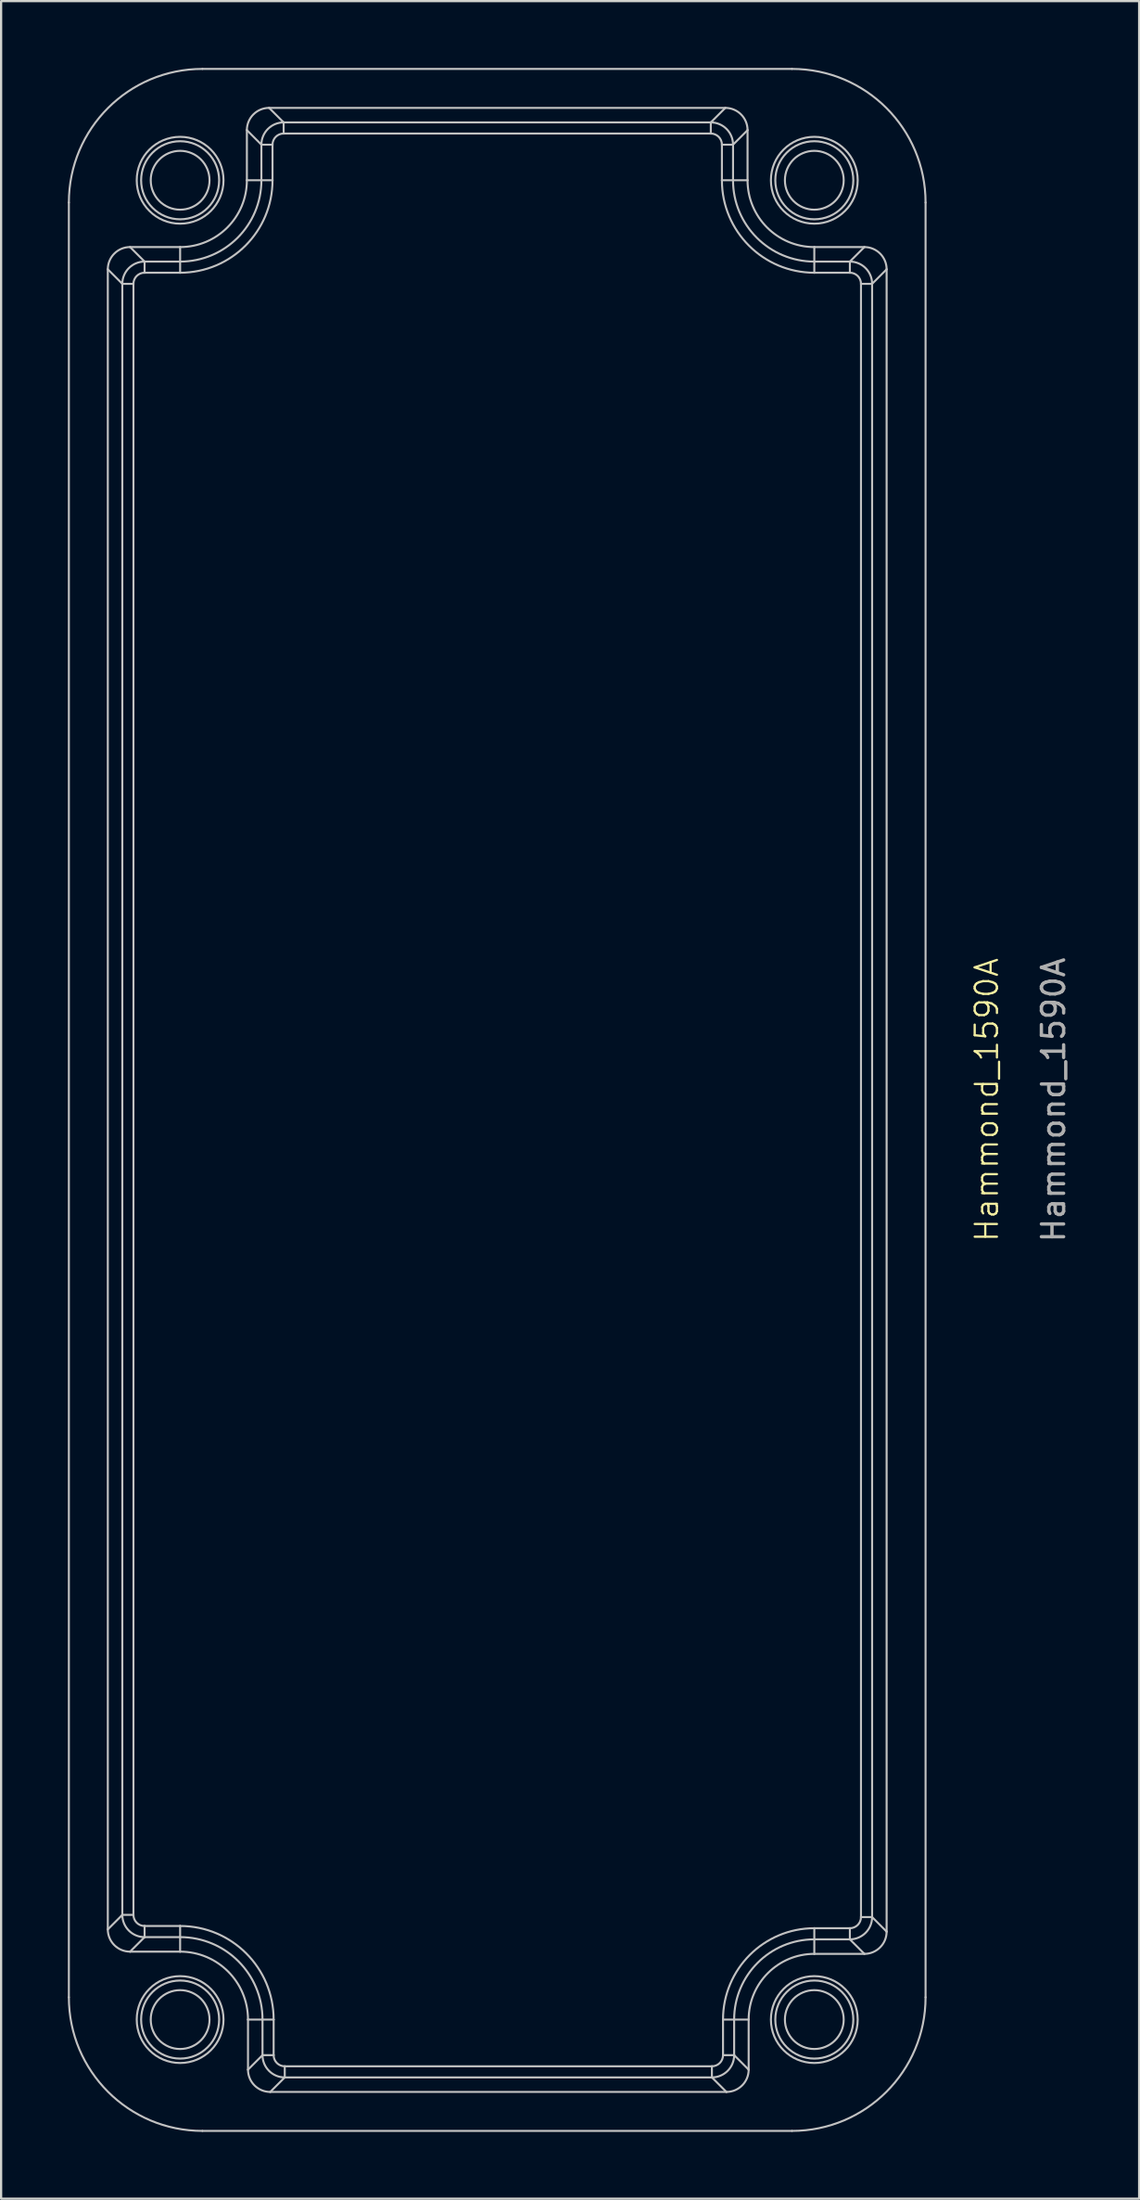
<source format=kicad_pcb>
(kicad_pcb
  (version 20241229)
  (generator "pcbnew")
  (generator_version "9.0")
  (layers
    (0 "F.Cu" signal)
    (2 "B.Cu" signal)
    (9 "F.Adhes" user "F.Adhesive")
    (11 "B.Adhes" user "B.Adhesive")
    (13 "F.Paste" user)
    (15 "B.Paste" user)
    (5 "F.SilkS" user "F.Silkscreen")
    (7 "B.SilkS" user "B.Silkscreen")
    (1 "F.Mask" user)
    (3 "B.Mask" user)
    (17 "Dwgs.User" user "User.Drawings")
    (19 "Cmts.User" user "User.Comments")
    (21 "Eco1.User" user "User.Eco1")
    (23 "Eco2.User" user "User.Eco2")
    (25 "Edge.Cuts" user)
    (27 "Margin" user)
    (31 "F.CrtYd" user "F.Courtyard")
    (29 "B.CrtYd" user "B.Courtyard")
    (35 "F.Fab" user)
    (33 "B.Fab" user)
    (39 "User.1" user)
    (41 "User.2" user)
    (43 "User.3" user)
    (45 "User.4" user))
  (footprint "Hammond_1590A"
    (layer "F.Cu")
    (at 19.295 46.345)
    (property "Reference" "Hammond_1590A" (at 22 0 90) (unlocked yes) (layer "F.SilkS") (effects (font (size 1 1) (thickness 0.1))))
    (fp_line (start -19.25 -40.3) (end -19.25 40.3) (stroke (width 0.09) (type solid)) (layer "Dwgs.User"))
    (fp_line (start -17.5 -37.3) (end -16.848 -36.648) (stroke (width 0.09) (type solid)) (layer "Dwgs.User"))
    (fp_line (start -17.5 37.25) (end -17.5 -37.3) (stroke (width 0.09) (type solid)) (layer "Dwgs.User"))
    (fp_line (start -16.848 -36.648) (end -16.848 36.598) (stroke (width 0.09) (type solid)) (layer "Dwgs.User"))
    (fp_line (start -16.848 36.598) (end -17.5 37.25) (stroke (width 0.09) (type solid)) (layer "Dwgs.User"))
    (fp_line (start -16.848 36.598) (end -16.348 36.598) (stroke (width 0.09) (type solid)) (layer "Dwgs.User"))
    (fp_line (start -16.5 -38.3) (end -14.25 -38.3) (stroke (width 0.09) (type solid)) (layer "Dwgs.User"))
    (fp_line (start -16.5 38.25) (end -15.848 37.598) (stroke (width 0.09) (type solid)) (layer "Dwgs.User"))
    (fp_line (start -16.348 -36.648) (end -16.848 -36.648) (stroke (width 0.09) (type solid)) (layer "Dwgs.User"))
    (fp_line (start -16.348 36.598) (end -16.348 -36.648) (stroke (width 0.09) (type solid)) (layer "Dwgs.User"))
    (fp_line (start -15.848 -37.648) (end -16.5 -38.3) (stroke (width 0.09) (type solid)) (layer "Dwgs.User"))
    (fp_line (start -15.848 -37.148) (end -15.848 -37.648) (stroke (width 0.09) (type solid)) (layer "Dwgs.User"))
    (fp_line (start -15.848 -37.148) (end -14.25 -37.148) (stroke (width 0.09) (type solid)) (layer "Dwgs.User"))
    (fp_line (start -15.848 37.598) (end -15.848 37.098) (stroke (width 0.09) (type solid)) (layer "Dwgs.User"))
    (fp_line (start -15.848 37.598) (end -14.25 37.598) (stroke (width 0.09) (type solid)) (layer "Dwgs.User"))
    (fp_line (start -14.25 -38.3) (end -14.25 -37.648) (stroke (width 0.09) (type solid)) (layer "Dwgs.User"))
    (fp_line (start -14.25 -37.648) (end -15.848 -37.648) (stroke (width 0.09) (type solid)) (layer "Dwgs.User"))
    (fp_line (start -14.25 -37.148) (end -14.25 -37.648) (stroke (width 0.09) (type solid)) (layer "Dwgs.User"))
    (fp_line (start -14.25 37.098) (end -15.848 37.098) (stroke (width 0.09) (type solid)) (layer "Dwgs.User"))
    (fp_line (start -14.25 37.598) (end -14.25 37.098) (stroke (width 0.09) (type solid)) (layer "Dwgs.User"))
    (fp_line (start -14.25 38.25) (end -16.5 38.25) (stroke (width 0.09) (type solid)) (layer "Dwgs.User"))
    (fp_line (start -14.25 38.25) (end -14.25 37.598) (stroke (width 0.09) (type solid)) (layer "Dwgs.User"))
    (fp_line (start -13.25 46.3) (end 13.25 46.3) (stroke (width 0.09) (type solid)) (layer "Dwgs.User"))
    (fp_line (start -11.25 -43.55) (end -10.598 -42.898) (stroke (width 0.09) (type solid)) (layer "Dwgs.User"))
    (fp_line (start -11.25 -41.3) (end -11.25 -43.55) (stroke (width 0.09) (type solid)) (layer "Dwgs.User"))
    (fp_line (start -11.25 -41.3) (end -10.598 -41.3) (stroke (width 0.09) (type solid)) (layer "Dwgs.User"))
    (fp_line (start -11.2 41.3) (end -10.548 41.3) (stroke (width 0.09) (type solid)) (layer "Dwgs.User"))
    (fp_line (start -11.2 43.55) (end -11.2 41.3) (stroke (width 0.09) (type solid)) (layer "Dwgs.User"))
    (fp_line (start -10.598 -42.898) (end -10.598 -41.3) (stroke (width 0.09) (type solid)) (layer "Dwgs.User"))
    (fp_line (start -10.548 41.3) (end -10.548 42.898) (stroke (width 0.09) (type solid)) (layer "Dwgs.User"))
    (fp_line (start -10.548 41.3) (end -10.048 41.3) (stroke (width 0.09) (type solid)) (layer "Dwgs.User"))
    (fp_line (start -10.548 42.898) (end -11.2 43.55) (stroke (width 0.09) (type solid)) (layer "Dwgs.User"))
    (fp_line (start -10.548 42.898) (end -10.048 42.898) (stroke (width 0.09) (type solid)) (layer "Dwgs.User"))
    (fp_line (start -10.25 -44.55) (end 10.25 -44.55) (stroke (width 0.09) (type solid)) (layer "Dwgs.User"))
    (fp_line (start -10.2 44.55) (end -9.548 43.898) (stroke (width 0.09) (type solid)) (layer "Dwgs.User"))
    (fp_line (start -10.098 -42.898) (end -10.598 -42.898) (stroke (width 0.09) (type solid)) (layer "Dwgs.User"))
    (fp_line (start -10.098 -41.3) (end -10.598 -41.3) (stroke (width 0.09) (type solid)) (layer "Dwgs.User"))
    (fp_line (start -10.098 -41.3) (end -10.098 -42.898) (stroke (width 0.09) (type solid)) (layer "Dwgs.User"))
    (fp_line (start -10.048 42.898) (end -10.048 41.3) (stroke (width 0.09) (type solid)) (layer "Dwgs.User"))
    (fp_line (start -9.598 -43.898) (end -10.25 -44.55) (stroke (width 0.09) (type solid)) (layer "Dwgs.User"))
    (fp_line (start -9.598 -43.398) (end -9.598 -43.898) (stroke (width 0.09) (type solid)) (layer "Dwgs.User"))
    (fp_line (start -9.598 -43.398) (end 9.598 -43.398) (stroke (width 0.09) (type solid)) (layer "Dwgs.User"))
    (fp_line (start -9.548 43.898) (end -9.548 43.398) (stroke (width 0.09) (type solid)) (layer "Dwgs.User"))
    (fp_line (start -9.548 43.898) (end 9.648 43.898) (stroke (width 0.09) (type solid)) (layer "Dwgs.User"))
    (fp_line (start 9.598 -43.898) (end -9.598 -43.898) (stroke (width 0.09) (type solid)) (layer "Dwgs.User"))
    (fp_line (start 9.598 -43.398) (end 9.598 -43.898) (stroke (width 0.09) (type solid)) (layer "Dwgs.User"))
    (fp_line (start 9.648 43.398) (end -9.548 43.398) (stroke (width 0.09) (type solid)) (layer "Dwgs.User"))
    (fp_line (start 9.648 43.898) (end 9.648 43.398) (stroke (width 0.09) (type solid)) (layer "Dwgs.User"))
    (fp_line (start 9.648 43.898) (end 10.3 44.55) (stroke (width 0.09) (type solid)) (layer "Dwgs.User"))
    (fp_line (start 10.098 -42.898) (end 10.098 -41.3) (stroke (width 0.09) (type solid)) (layer "Dwgs.User"))
    (fp_line (start 10.098 -42.898) (end 10.598 -42.898) (stroke (width 0.09) (type solid)) (layer "Dwgs.User"))
    (fp_line (start 10.098 -41.3) (end 10.598 -41.3) (stroke (width 0.09) (type solid)) (layer "Dwgs.User"))
    (fp_line (start 10.148 41.3) (end 10.148 42.898) (stroke (width 0.09) (type solid)) (layer "Dwgs.User"))
    (fp_line (start 10.25 -44.55) (end 9.598 -43.898) (stroke (width 0.09) (type solid)) (layer "Dwgs.User"))
    (fp_line (start 10.3 44.55) (end -10.2 44.55) (stroke (width 0.09) (type solid)) (layer "Dwgs.User"))
    (fp_line (start 10.598 -42.898) (end 11.25 -43.55) (stroke (width 0.09) (type solid)) (layer "Dwgs.User"))
    (fp_line (start 10.598 -41.3) (end 10.598 -42.898) (stroke (width 0.09) (type solid)) (layer "Dwgs.User"))
    (fp_line (start 10.648 41.3) (end 10.148 41.3) (stroke (width 0.09) (type solid)) (layer "Dwgs.User"))
    (fp_line (start 10.648 42.898) (end 10.148 42.898) (stroke (width 0.09) (type solid)) (layer "Dwgs.User"))
    (fp_line (start 10.648 42.898) (end 10.648 41.3) (stroke (width 0.09) (type solid)) (layer "Dwgs.User"))
    (fp_line (start 11.25 -43.55) (end 11.25 -41.3) (stroke (width 0.09) (type solid)) (layer "Dwgs.User"))
    (fp_line (start 11.25 -41.3) (end 10.598 -41.3) (stroke (width 0.09) (type solid)) (layer "Dwgs.User"))
    (fp_line (start 11.3 41.3) (end 10.648 41.3) (stroke (width 0.09) (type solid)) (layer "Dwgs.User"))
    (fp_line (start 11.3 41.3) (end 11.3 43.55) (stroke (width 0.09) (type solid)) (layer "Dwgs.User"))
    (fp_line (start 11.3 43.55) (end 10.648 42.898) (stroke (width 0.09) (type solid)) (layer "Dwgs.User"))
    (fp_line (start 13.25 -46.3) (end -13.25 -46.3) (stroke (width 0.09) (type solid)) (layer "Dwgs.User"))
    (fp_line (start 14.25 -38.3) (end 14.25 -37.648) (stroke (width 0.09) (type solid)) (layer "Dwgs.User"))
    (fp_line (start 14.25 -38.3) (end 16.5 -38.3) (stroke (width 0.09) (type solid)) (layer "Dwgs.User"))
    (fp_line (start 14.25 -37.148) (end 14.25 -37.648) (stroke (width 0.09) (type solid)) (layer "Dwgs.User"))
    (fp_line (start 14.25 -37.148) (end 15.848 -37.148) (stroke (width 0.09) (type solid)) (layer "Dwgs.User"))
    (fp_line (start 14.25 37.698) (end 14.25 37.198) (stroke (width 0.09) (type solid)) (layer "Dwgs.User"))
    (fp_line (start 14.25 37.698) (end 15.848 37.698) (stroke (width 0.09) (type solid)) (layer "Dwgs.User"))
    (fp_line (start 14.25 38.35) (end 14.25 37.698) (stroke (width 0.09) (type solid)) (layer "Dwgs.User"))
    (fp_line (start 15.848 -37.648) (end 14.25 -37.648) (stroke (width 0.09) (type solid)) (layer "Dwgs.User"))
    (fp_line (start 15.848 -37.148) (end 15.848 -37.648) (stroke (width 0.09) (type solid)) (layer "Dwgs.User"))
    (fp_line (start 15.848 37.198) (end 14.25 37.198) (stroke (width 0.09) (type solid)) (layer "Dwgs.User"))
    (fp_line (start 15.848 37.698) (end 15.848 37.198) (stroke (width 0.09) (type solid)) (layer "Dwgs.User"))
    (fp_line (start 15.848 37.698) (end 16.5 38.35) (stroke (width 0.09) (type solid)) (layer "Dwgs.User"))
    (fp_line (start 16.348 -36.648) (end 16.348 36.698) (stroke (width 0.09) (type solid)) (layer "Dwgs.User"))
    (fp_line (start 16.348 -36.648) (end 16.848 -36.648) (stroke (width 0.09) (type solid)) (layer "Dwgs.User"))
    (fp_line (start 16.5 -38.3) (end 15.848 -37.648) (stroke (width 0.09) (type solid)) (layer "Dwgs.User"))
    (fp_line (start 16.5 38.35) (end 14.25 38.35) (stroke (width 0.09) (type solid)) (layer "Dwgs.User"))
    (fp_line (start 16.848 -36.648) (end 17.5 -37.3) (stroke (width 0.09) (type solid)) (layer "Dwgs.User"))
    (fp_line (start 16.848 36.698) (end 16.348 36.698) (stroke (width 0.09) (type solid)) (layer "Dwgs.User"))
    (fp_line (start 16.848 36.698) (end 16.848 -36.648) (stroke (width 0.09) (type solid)) (layer "Dwgs.User"))
    (fp_line (start 17.5 -37.3) (end 17.5 37.35) (stroke (width 0.09) (type solid)) (layer "Dwgs.User"))
    (fp_line (start 17.5 37.35) (end 16.848 36.698) (stroke (width 0.09) (type solid)) (layer "Dwgs.User"))
    (fp_line (start 19.25 40.3) (end 19.25 -40.3) (stroke (width 0.09) (type solid)) (layer "Dwgs.User"))
    (fp_arc (start -19.25 -40.3) (mid -17.492657 -44.542657) (end -13.25 -46.3) (stroke (width 0.09) (type solid)) (layer "Dwgs.User"))
    (fp_arc (start -14.25 37.097799) (mid -11.278579 38.328579) (end -10.047799 41.3) (stroke (width 0.09) (type solid)) (layer "Dwgs.User"))
    (fp_arc (start -14.25 37.597628) (mid -11.632012 38.682012) (end -10.547628 41.3) (stroke (width 0.09) (type solid)) (layer "Dwgs.User"))
    (fp_arc (start -14.25 38.25) (mid -12.093309 39.143309) (end -11.2 41.3) (stroke (width 0.09) (type solid)) (layer "Dwgs.User"))
    (fp_arc (start -13.25 46.3) (mid -17.492625 44.542625) (end -19.25 40.3) (stroke (width 0.09) (type solid)) (layer "Dwgs.User"))
    (fp_arc (start -11.25 -41.3) (mid -12.128696 -39.178696) (end -14.25 -38.3) (stroke (width 0.09) (type solid)) (layer "Dwgs.User"))
    (fp_arc (start -10.597628 -41.3) (mid -11.667399 -38.717399) (end -14.25 -37.647628) (stroke (width 0.09) (type solid)) (layer "Dwgs.User"))
    (fp_arc (start -10.097799 -41.3) (mid -11.313967 -38.363967) (end -14.25 -37.147799) (stroke (width 0.09) (type solid)) (layer "Dwgs.User"))
    (fp_arc (start 10.147799 41.3) (mid 11.349289 38.399289) (end 14.25 37.197799) (stroke (width 0.09) (type solid)) (layer "Dwgs.User"))
    (fp_arc (start 10.647628 41.3) (mid 11.702722 38.752722) (end 14.25 37.697628) (stroke (width 0.09) (type solid)) (layer "Dwgs.User"))
    (fp_arc (start 11.3 41.3) (mid 12.164019 39.214019) (end 14.25 38.35) (stroke (width 0.09) (type solid)) (layer "Dwgs.User"))
    (fp_arc (start 13.25 -46.3) (mid 17.492657 -44.542657) (end 19.25 -40.3) (stroke (width 0.09) (type solid)) (layer "Dwgs.User"))
    (fp_arc (start 14.25 -38.3) (mid 12.128695 -39.178695) (end 11.25 -41.3) (stroke (width 0.09) (type solid)) (layer "Dwgs.User"))
    (fp_arc (start 14.25 -37.647628) (mid 11.667399 -38.717399) (end 10.597628 -41.3) (stroke (width 0.09) (type solid)) (layer "Dwgs.User"))
    (fp_arc (start 14.25 -37.147799) (mid 11.313967 -38.363967) (end 10.097799 -41.3) (stroke (width 0.09) (type solid)) (layer "Dwgs.User"))
    (fp_arc (start 19.25 40.3) (mid 17.492642 44.542642) (end 13.25 46.3) (stroke (width 0.09) (type solid)) (layer "Dwgs.User"))
    (fp_circle (center -14.25 -41.3) (end -14.25 -43.25) (stroke (width 0.09) (type solid)) (fill no) (layer "Dwgs.User"))
    (fp_circle (center -14.25 -41.3) (end -14.25 -43.053) (stroke (width 0.09) (type solid)) (fill no) (layer "Dwgs.User"))
    (fp_circle (center -14.25 -41.3) (end -14.25 -42.621) (stroke (width 0.09) (type solid)) (fill no) (layer "Dwgs.User"))
    (fp_circle (center -14.25 41.3) (end -14.25 39.35) (stroke (width 0.09) (type solid)) (fill no) (layer "Dwgs.User"))
    (fp_circle (center -14.25 41.3) (end -14.25 39.547) (stroke (width 0.09) (type solid)) (fill no) (layer "Dwgs.User"))
    (fp_circle (center -14.25 41.3) (end -14.25 39.979) (stroke (width 0.09) (type solid)) (fill no) (layer "Dwgs.User"))
    (fp_circle (center 14.25 -41.3) (end 14.25 -43.25) (stroke (width 0.09) (type solid)) (fill no) (layer "Dwgs.User"))
    (fp_circle (center 14.25 -41.3) (end 14.25 -43.053) (stroke (width 0.09) (type solid)) (fill no) (layer "Dwgs.User"))
    (fp_circle (center 14.25 -41.3) (end 14.25 -42.621) (stroke (width 0.09) (type solid)) (fill no) (layer "Dwgs.User"))
    (fp_circle (center 14.25 41.3) (end 14.25 39.35) (stroke (width 0.09) (type solid)) (fill no) (layer "Dwgs.User"))
    (fp_circle (center 14.25 41.3) (end 14.25 39.547) (stroke (width 0.09) (type solid)) (fill no) (layer "Dwgs.User"))
    (fp_circle (center 14.25 41.3) (end 14.25 39.979) (stroke (width 0.09) (type solid)) (fill no) (layer "Dwgs.User"))
    (fp_curve (pts (xy -17.5 37.25) (xy -17.5 37.803) (xy -17.053 38.25) (xy -16.5 38.25)) (stroke (width 0.09) (type solid)) (layer "Dwgs.User"))
    (fp_curve (pts (xy -16.848 36.598) (xy -16.847 37.15) (xy -16.4 37.597) (xy -15.848 37.598)) (stroke (width 0.09) (type solid)) (layer "Dwgs.User"))
    (fp_curve (pts (xy -16.5 -38.3) (xy -17.053 -38.3) (xy -17.5 -37.853) (xy -17.5 -37.3)) (stroke (width 0.09) (type solid)) (layer "Dwgs.User"))
    (fp_curve (pts (xy -16.348 36.598) (xy -16.348 36.874) (xy -16.124 37.098) (xy -15.848 37.098)) (stroke (width 0.09) (type solid)) (layer "Dwgs.User"))
    (fp_curve (pts (xy -15.848 -37.648) (xy -16.4 -37.647) (xy -16.847 -37.2) (xy -16.848 -36.648)) (stroke (width 0.09) (type solid)) (layer "Dwgs.User"))
    (fp_curve (pts (xy -15.848 -37.148) (xy -16.124 -37.148) (xy -16.348 -36.924) (xy -16.348 -36.648)) (stroke (width 0.09) (type solid)) (layer "Dwgs.User"))
    (fp_curve (pts (xy -11.2 43.55) (xy -11.2 44.103) (xy -10.753 44.55) (xy -10.2 44.55)) (stroke (width 0.09) (type solid)) (layer "Dwgs.User"))
    (fp_curve (pts (xy -10.548 42.898) (xy -10.547 43.45) (xy -10.1 43.897) (xy -9.548 43.898)) (stroke (width 0.09) (type solid)) (layer "Dwgs.User"))
    (fp_curve (pts (xy -10.25 -44.55) (xy -10.803 -44.55) (xy -11.25 -44.103) (xy -11.25 -43.55)) (stroke (width 0.09) (type solid)) (layer "Dwgs.User"))
    (fp_curve (pts (xy -10.048 42.898) (xy -10.048 43.174) (xy -9.824 43.398) (xy -9.548 43.398)) (stroke (width 0.09) (type solid)) (layer "Dwgs.User"))
    (fp_curve (pts (xy -9.598 -43.898) (xy -10.15 -43.897) (xy -10.597 -43.45) (xy -10.598 -42.898)) (stroke (width 0.09) (type solid)) (layer "Dwgs.User"))
    (fp_curve (pts (xy -9.598 -43.398) (xy -9.874 -43.398) (xy -10.098 -43.174) (xy -10.098 -42.898)) (stroke (width 0.09) (type solid)) (layer "Dwgs.User"))
    (fp_curve (pts (xy 9.648 43.398) (xy 9.924 43.398) (xy 10.148 43.174) (xy 10.148 42.898)) (stroke (width 0.09) (type solid)) (layer "Dwgs.User"))
    (fp_curve (pts (xy 9.648 43.898) (xy 10.2 43.897) (xy 10.647 43.45) (xy 10.648 42.898)) (stroke (width 0.09) (type solid)) (layer "Dwgs.User"))
    (fp_curve (pts (xy 10.098 -42.898) (xy 10.098 -43.174) (xy 9.874 -43.398) (xy 9.598 -43.398)) (stroke (width 0.09) (type solid)) (layer "Dwgs.User"))
    (fp_curve (pts (xy 10.3 44.55) (xy 10.853 44.55) (xy 11.3 44.103) (xy 11.3 43.55)) (stroke (width 0.09) (type solid)) (layer "Dwgs.User"))
    (fp_curve (pts (xy 10.598 -42.898) (xy 10.597 -43.45) (xy 10.15 -43.897) (xy 9.598 -43.898)) (stroke (width 0.09) (type solid)) (layer "Dwgs.User"))
    (fp_curve (pts (xy 11.25 -43.55) (xy 11.25 -44.103) (xy 10.803 -44.55) (xy 10.25 -44.55)) (stroke (width 0.09) (type solid)) (layer "Dwgs.User"))
    (fp_curve (pts (xy 15.848 37.198) (xy 16.124 37.198) (xy 16.348 36.974) (xy 16.348 36.698)) (stroke (width 0.09) (type solid)) (layer "Dwgs.User"))
    (fp_curve (pts (xy 15.848 37.698) (xy 16.4 37.697) (xy 16.847 37.25) (xy 16.848 36.698)) (stroke (width 0.09) (type solid)) (layer "Dwgs.User"))
    (fp_curve (pts (xy 16.348 -36.648) (xy 16.348 -36.924) (xy 16.124 -37.148) (xy 15.848 -37.148)) (stroke (width 0.09) (type solid)) (layer "Dwgs.User"))
    (fp_curve (pts (xy 16.5 38.35) (xy 17.053 38.35) (xy 17.5 37.903) (xy 17.5 37.35)) (stroke (width 0.09) (type solid)) (layer "Dwgs.User"))
    (fp_curve (pts (xy 16.848 -36.648) (xy 16.847 -37.2) (xy 16.4 -37.647) (xy 15.848 -37.648)) (stroke (width 0.09) (type solid)) (layer "Dwgs.User"))
    (fp_curve (pts (xy 17.5 -37.3) (xy 17.5 -37.853) (xy 17.053 -38.3) (xy 16.5 -38.3)) (stroke (width 0.09) (type solid)) (layer "Dwgs.User"))
    (fp_text user "${REFERENCE}" (at 25 0 90) (unlocked yes) (layer "F.Fab") (effects (font (size 1 1) (thickness 0.15)))))
  (gr_rect
    (start -3 -3)
    (end 48.143 95.69)
    (stroke (width 0.1) (type default))
    (fill no)
    (layer "Edge.Cuts")))
</source>
